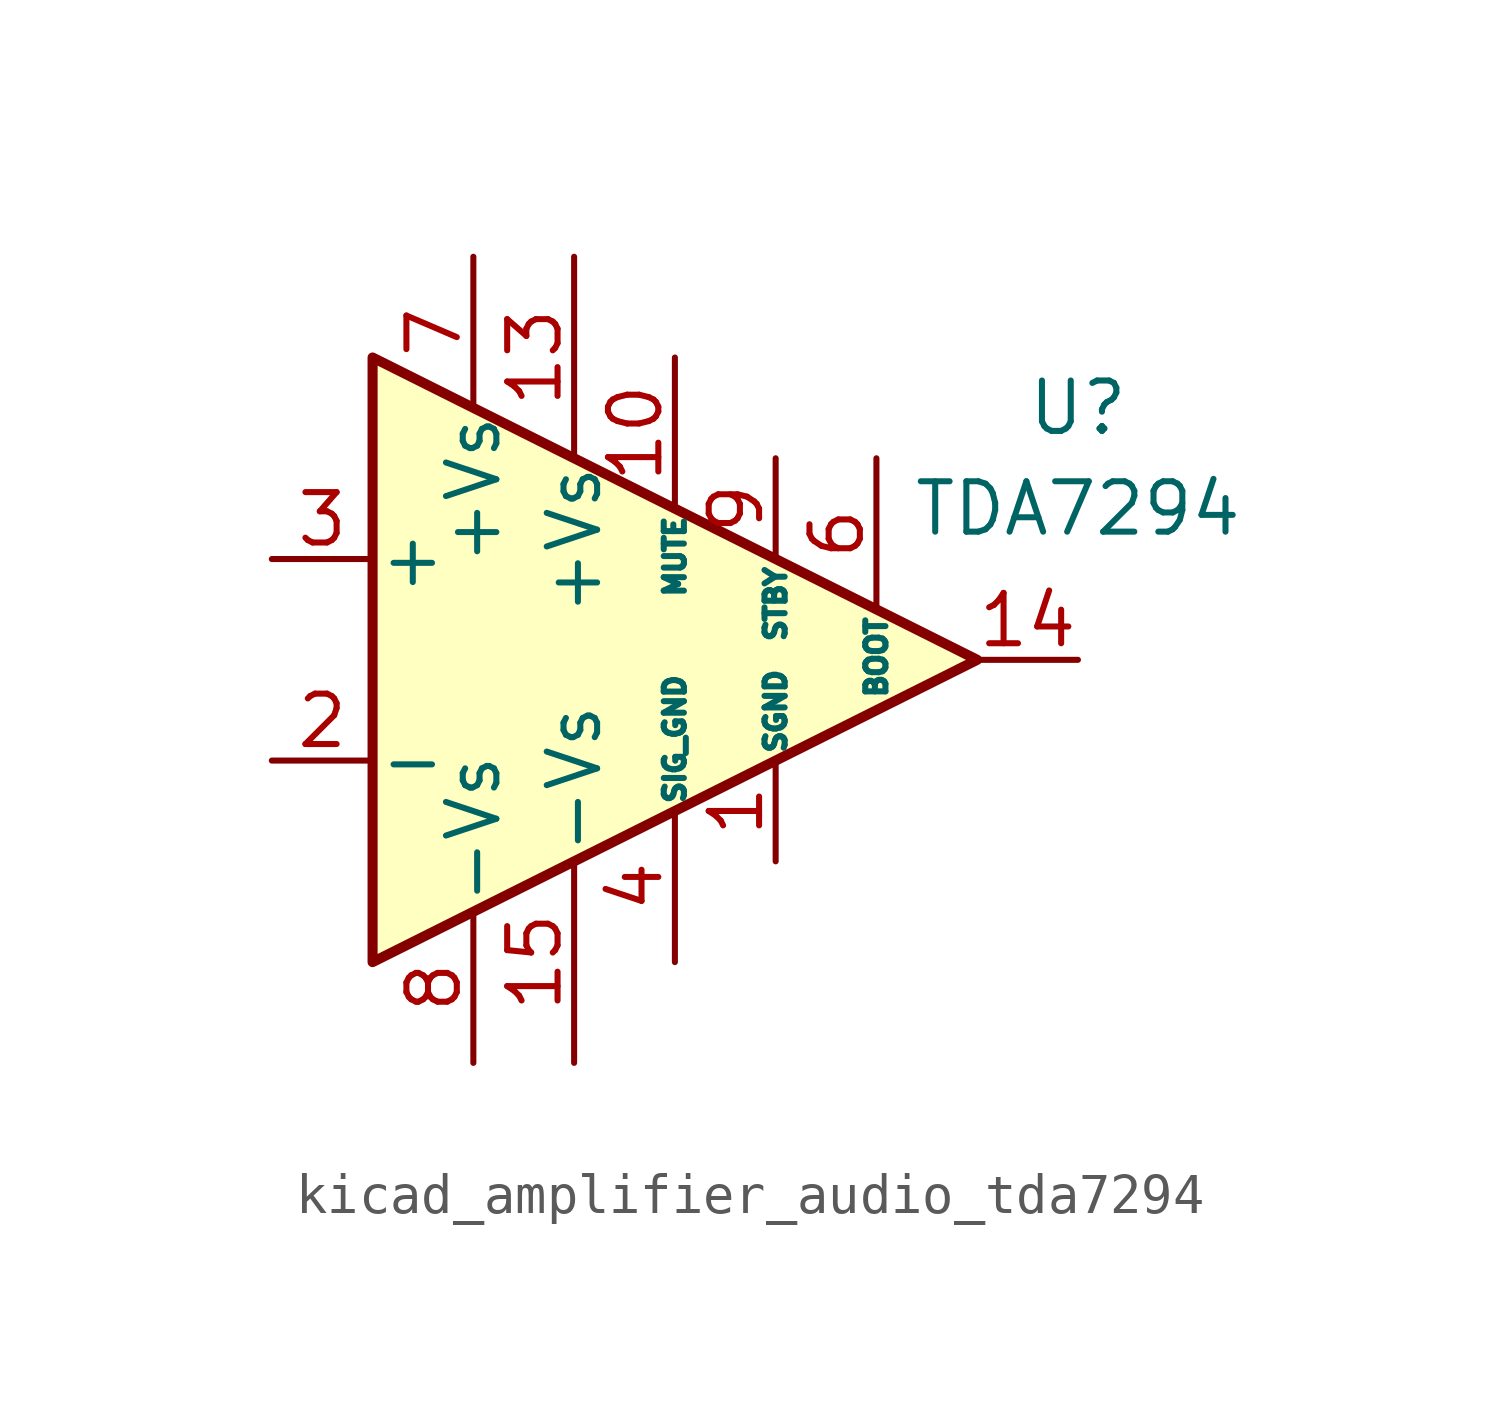
<source format=kicad_sym>
(kicad_symbol_lib
  (version 20220914)
  (generator kicad_symbol_editor)
  (symbol "kicad_amplifier_audio_tda7294"
    (pin_names
      (offset 0.127))
    (property "Reference" "U"
      (at 10.16 6.35 0)
      (effects (font (size 1.27 1.27))))
    (property "Value" "TDA7294"
      (at 10.16 3.81 0)
      (effects (font (size 1.27 1.27))))
    (symbol "kicad_amplifier_audio_tda7294_0_1"
      (polyline (pts (xy -7.62 7.62) (xy 7.62 0) (xy -7.62 -7.62) (xy -7.62 7.62)) (stroke (width 0.254) (type default)) (fill (type background))))
    (symbol "kicad_amplifier_audio_tda7294_1_1"
      (pin power_in line (at 2.54 -5.08 90) (length 2.54) (name "SGND" (effects (font (size 0.508 0.508)))) (number "1" (effects (font (size 1.27 1.27)))))
      (pin input line (at 0 7.62 270) (length 3.81) (name "MUTE" (effects (font (size 0.508 0.508)))) (number "10" (effects (font (size 1.27 1.27)))))
      (pin no_connect line (at 0 2.54 270) (length 2.54) hide (name "NC" (effects (font (size 1.27 1.27)))) (number "11" (effects (font (size 1.27 1.27)))))
      (pin no_connect line (at 2.54 2.54 270) (length 2.54) hide (name "NC" (effects (font (size 1.27 1.27)))) (number "12" (effects (font (size 1.27 1.27)))))
      (pin power_in line (at -2.54 10.16 270) (length 5.08) (name "+Vs" (effects (font (size 1.27 1.27)))) (number "13" (effects (font (size 1.27 1.27)))))
      (pin output line (at 10.16 0 180) (length 2.54) (name "~" (effects (font (size 1.27 1.27)))) (number "14" (effects (font (size 1.27 1.27)))))
      (pin power_in line (at -2.54 -10.16 90) (length 5.08) (name "-Vs" (effects (font (size 1.27 1.27)))) (number "15" (effects (font (size 1.27 1.27)))))
      (pin input line (at -10.16 -2.54 0) (length 2.54) (name "-" (effects (font (size 1.27 1.27)))) (number "2" (effects (font (size 1.27 1.27)))))
      (pin input line (at -10.16 2.54 0) (length 2.54) (name "+" (effects (font (size 1.27 1.27)))) (number "3" (effects (font (size 1.27 1.27)))))
      (pin power_in line (at 0 -7.62 90) (length 3.81) (name "SIG_GND" (effects (font (size 0.508 0.508)))) (number "4" (effects (font (size 1.27 1.27)))))
      (pin no_connect line (at -2.54 2.54 270) (length 2.54) hide (name "NC" (effects (font (size 1.27 1.27)))) (number "5" (effects (font (size 1.27 1.27)))))
      (pin passive line (at 5.08 5.08 270) (length 3.81) (name "BOOT" (effects (font (size 0.508 0.508)))) (number "6" (effects (font (size 1.27 1.27)))))
      (pin power_in line (at -5.08 10.16 270) (length 3.81) (name "+Vs" (effects (font (size 1.27 1.27)))) (number "7" (effects (font (size 1.27 1.27)))))
      (pin power_in line (at -5.08 -10.16 90) (length 3.81) (name "-Vs" (effects (font (size 1.27 1.27)))) (number "8" (effects (font (size 1.27 1.27)))))
      (pin input line (at 2.54 5.08 270) (length 2.54) (name "STBY" (effects (font (size 0.508 0.508)))) (number "9" (effects (font (size 1.27 1.27))))))))
</source>
